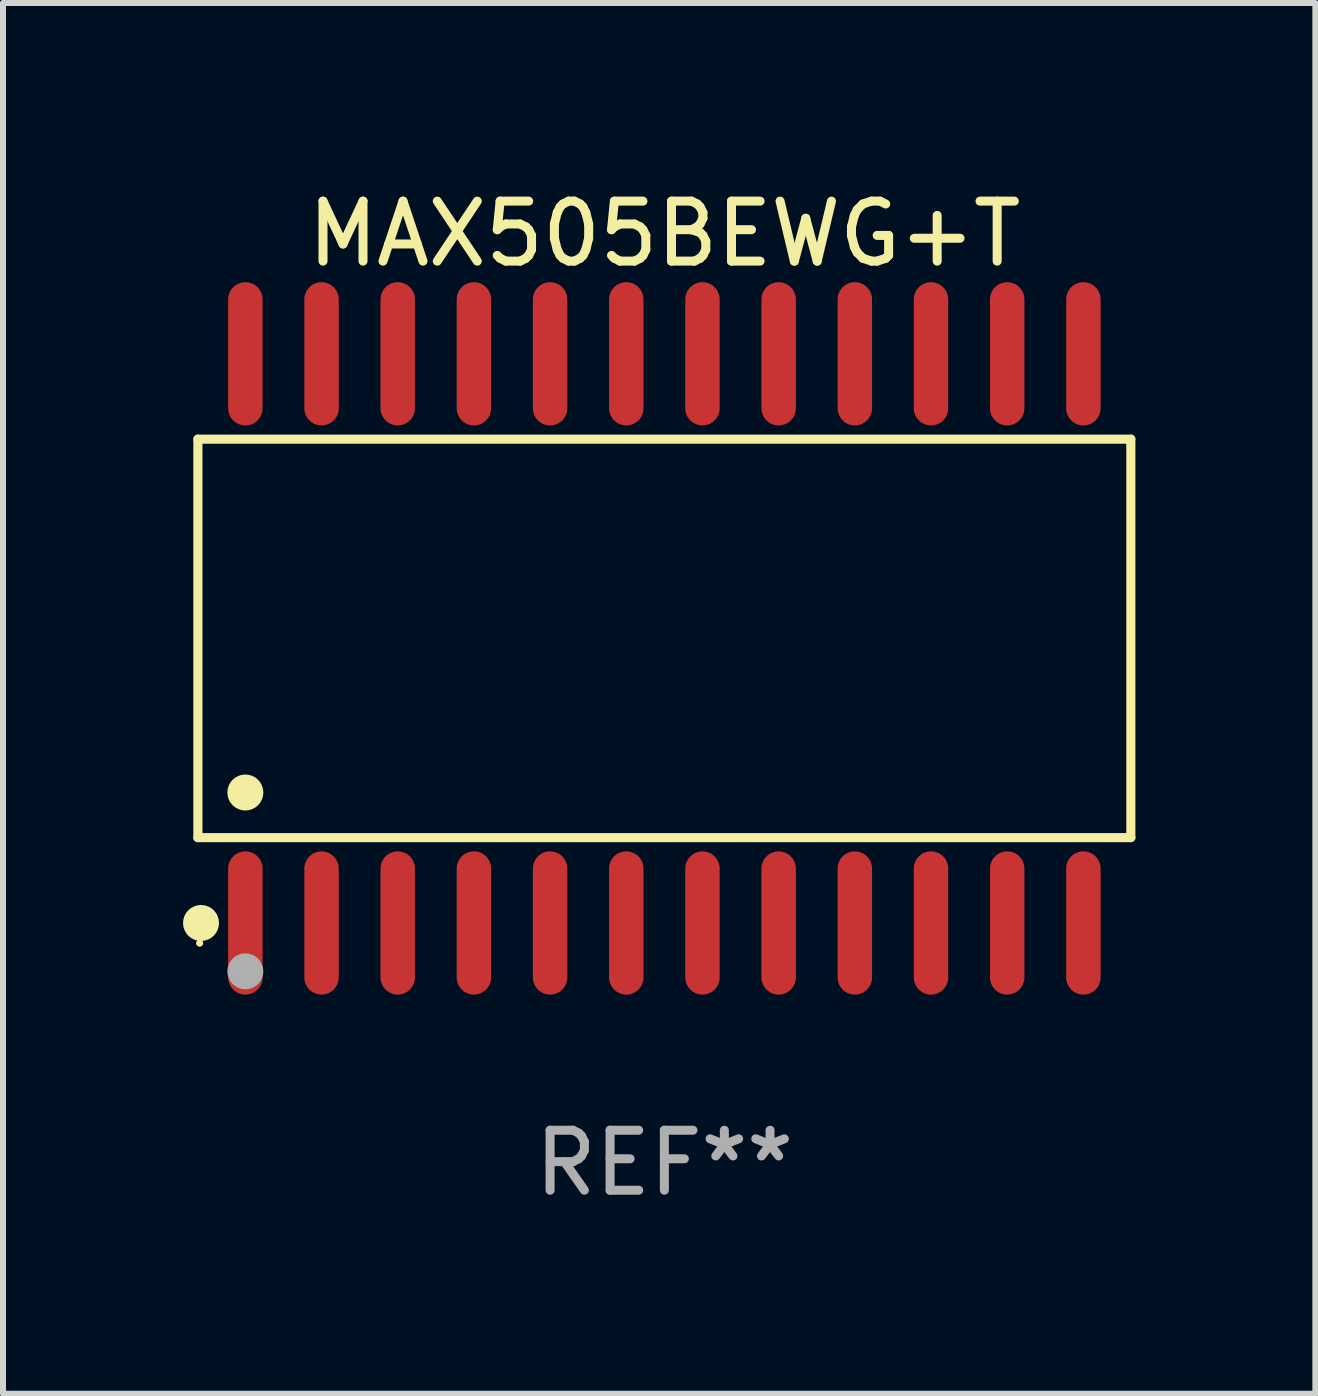
<source format=kicad_pcb>
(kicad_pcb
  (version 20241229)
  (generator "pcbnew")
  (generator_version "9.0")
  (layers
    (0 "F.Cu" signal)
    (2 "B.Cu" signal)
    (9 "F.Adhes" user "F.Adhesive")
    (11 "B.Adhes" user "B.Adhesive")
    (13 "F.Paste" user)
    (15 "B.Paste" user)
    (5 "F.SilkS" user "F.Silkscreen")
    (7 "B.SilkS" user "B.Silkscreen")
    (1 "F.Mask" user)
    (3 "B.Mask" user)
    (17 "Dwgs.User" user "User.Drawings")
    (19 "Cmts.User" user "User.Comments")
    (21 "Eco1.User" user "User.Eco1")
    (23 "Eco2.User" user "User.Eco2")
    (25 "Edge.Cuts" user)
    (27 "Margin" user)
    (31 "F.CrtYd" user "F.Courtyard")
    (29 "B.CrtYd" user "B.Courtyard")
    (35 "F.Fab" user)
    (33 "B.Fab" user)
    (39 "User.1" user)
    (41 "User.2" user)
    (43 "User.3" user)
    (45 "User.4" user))
  (footprint "MAX505BEWG+T"
    (layer "F.Cu")
    (at 8.025 7.592)
    (property "Reference" "MAX505BEWG+T" (at 0 -6.744 0) (layer "F.SilkS") (effects (font (size 1 1) (thickness 0.15))))
    (attr through_hole)
    (fp_line (start -7.776 -3.321) (end 7.776 -3.321) (stroke (width 0.152) (type solid)) (layer "F.SilkS"))
    (fp_line (start -7.776 3.321) (end -7.776 -3.321) (stroke (width 0.152) (type solid)) (layer "F.SilkS"))
    (fp_line (start 7.776 -3.321) (end 7.776 3.321) (stroke (width 0.152) (type solid)) (layer "F.SilkS"))
    (fp_line (start 7.776 3.321) (end -7.776 3.321) (stroke (width 0.152) (type solid)) (layer "F.SilkS"))
    (fp_circle (center -7.747 5.08) (end -7.717 5.08) (stroke (width 0.06) (type solid)) (fill no) (layer "F.SilkS"))
    (fp_circle (center -7.724 4.744) (end -7.574 4.744) (stroke (width 0.3) (type solid)) (fill no) (layer "F.SilkS"))
    (fp_circle (center -6.985 2.569) (end -6.835 2.569) (stroke (width 0.3) (type solid)) (fill no) (layer "F.SilkS"))
    (fp_circle (center -6.985 5.55) (end -6.835 5.55) (stroke (width 0.3) (type solid)) (fill no) (layer "F.Fab"))
    (fp_text user "REF**" (at 0 8.744 0) (layer "F.Fab") (effects (font (size 1 1) (thickness 0.15))))
    (pad "1" smd oval (at -6.985 4.744) (size 0.574 2.388) (layers "F.Cu" "F.Mask" "F.Paste"))
    (pad "2" smd oval (at -5.715 4.744) (size 0.574 2.388) (layers "F.Cu" "F.Mask" "F.Paste"))
    (pad "3" smd oval (at -4.445 4.744) (size 0.574 2.388) (layers "F.Cu" "F.Mask" "F.Paste"))
    (pad "4" smd oval (at -3.175 4.744) (size 0.574 2.388) (layers "F.Cu" "F.Mask" "F.Paste"))
    (pad "5" smd oval (at -1.905 4.744) (size 0.574 2.388) (layers "F.Cu" "F.Mask" "F.Paste"))
    (pad "6" smd oval (at -0.635 4.744) (size 0.574 2.388) (layers "F.Cu" "F.Mask" "F.Paste"))
    (pad "7" smd oval (at 0.635 4.744) (size 0.574 2.388) (layers "F.Cu" "F.Mask" "F.Paste"))
    (pad "8" smd oval (at 1.905 4.744) (size 0.574 2.388) (layers "F.Cu" "F.Mask" "F.Paste"))
    (pad "9" smd oval (at 3.175 4.744) (size 0.574 2.388) (layers "F.Cu" "F.Mask" "F.Paste"))
    (pad "10" smd oval (at 4.445 4.744) (size 0.574 2.388) (layers "F.Cu" "F.Mask" "F.Paste"))
    (pad "11" smd oval (at 5.715 4.744) (size 0.574 2.388) (layers "F.Cu" "F.Mask" "F.Paste"))
    (pad "12" smd oval (at 6.985 4.744) (size 0.574 2.388) (layers "F.Cu" "F.Mask" "F.Paste"))
    (pad "13" smd oval (at 6.985 -4.744) (size 0.574 2.388) (layers "F.Cu" "F.Mask" "F.Paste"))
    (pad "14" smd oval (at 5.715 -4.744) (size 0.574 2.388) (layers "F.Cu" "F.Mask" "F.Paste"))
    (pad "15" smd oval (at 4.445 -4.744) (size 0.574 2.388) (layers "F.Cu" "F.Mask" "F.Paste"))
    (pad "16" smd oval (at 3.175 -4.744) (size 0.574 2.388) (layers "F.Cu" "F.Mask" "F.Paste"))
    (pad "17" smd oval (at 1.905 -4.744) (size 0.574 2.388) (layers "F.Cu" "F.Mask" "F.Paste"))
    (pad "18" smd oval (at 0.635 -4.744) (size 0.574 2.388) (layers "F.Cu" "F.Mask" "F.Paste"))
    (pad "19" smd oval (at -0.635 -4.744) (size 0.574 2.388) (layers "F.Cu" "F.Mask" "F.Paste"))
    (pad "20" smd oval (at -1.905 -4.744) (size 0.574 2.388) (layers "F.Cu" "F.Mask" "F.Paste"))
    (pad "21" smd oval (at -3.175 -4.744) (size 0.574 2.388) (layers "F.Cu" "F.Mask" "F.Paste"))
    (pad "22" smd oval (at -4.445 -4.744) (size 0.574 2.388) (layers "F.Cu" "F.Mask" "F.Paste"))
    (pad "23" smd oval (at -5.715 -4.744) (size 0.574 2.388) (layers "F.Cu" "F.Mask" "F.Paste"))
    (pad "24" smd oval (at -6.985 -4.744) (size 0.574 2.388) (layers "F.Cu" "F.Mask" "F.Paste")))
  (gr_rect
    (start -3 -3)
    (end 18.877 20.184)
    (stroke (width 0.1) (type default))
    (fill no)
    (layer "Edge.Cuts")))
</source>
